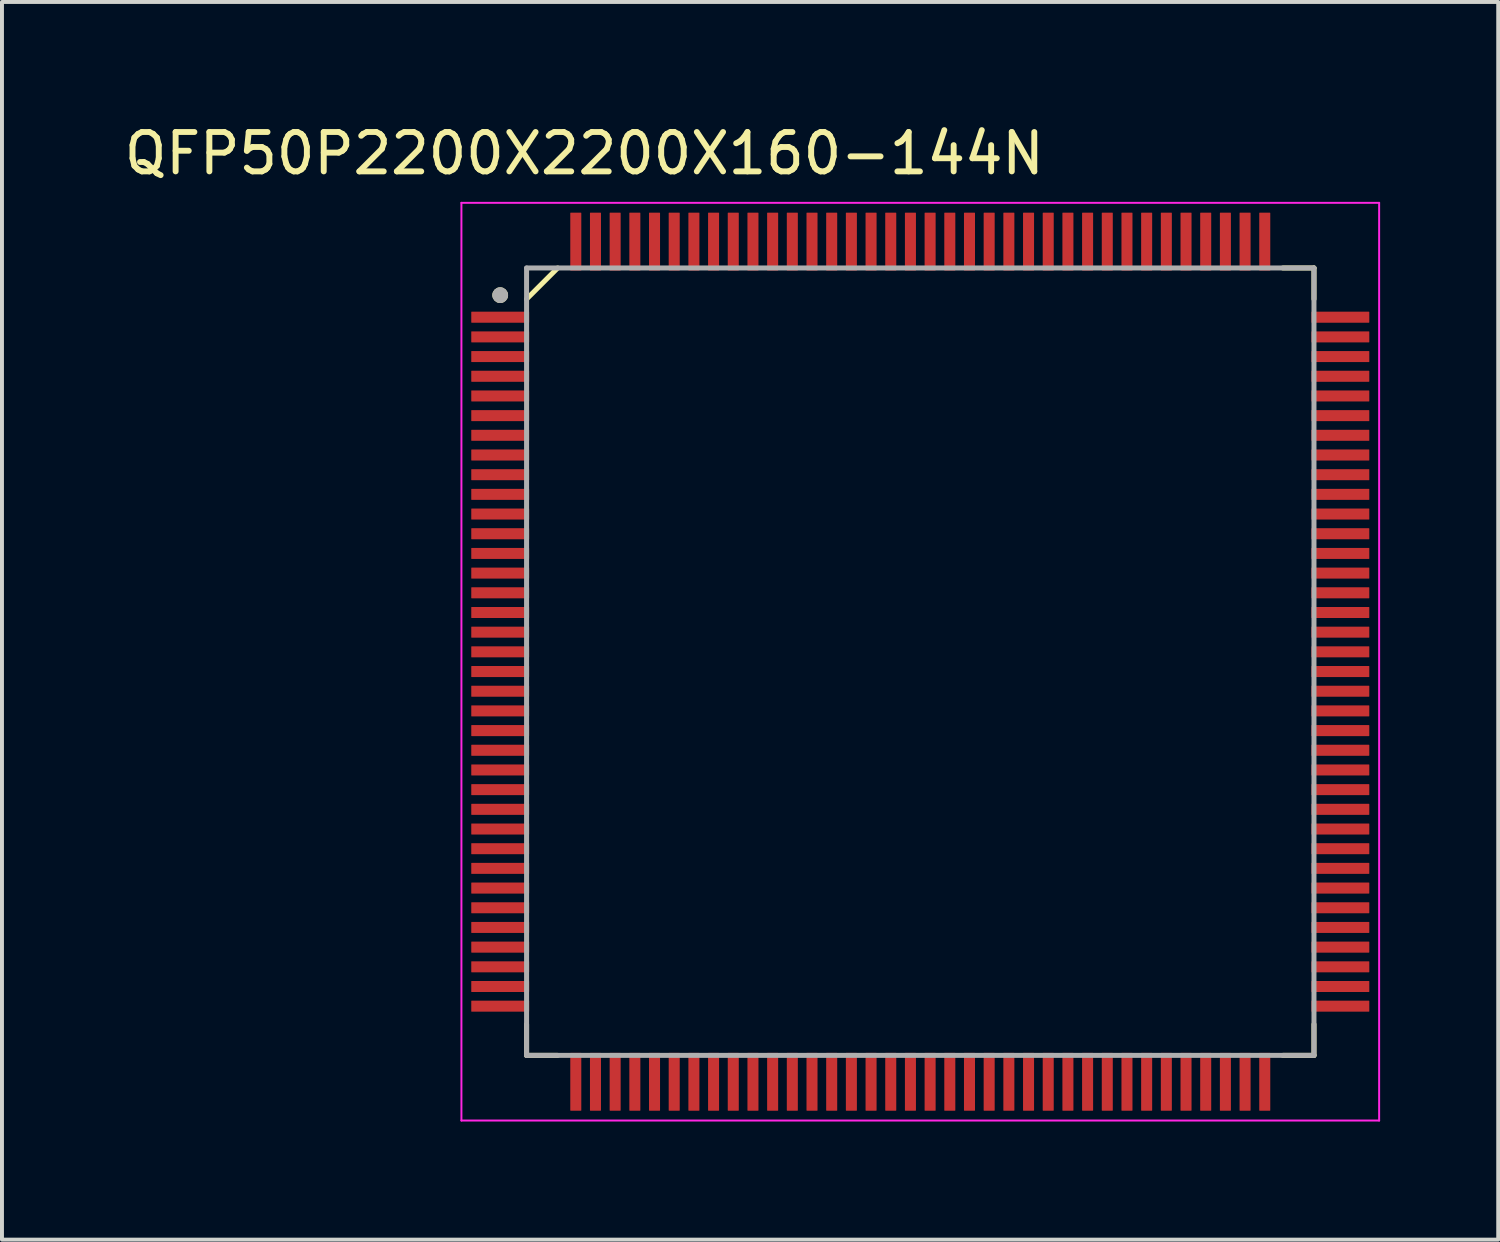
<source format=kicad_pcb>
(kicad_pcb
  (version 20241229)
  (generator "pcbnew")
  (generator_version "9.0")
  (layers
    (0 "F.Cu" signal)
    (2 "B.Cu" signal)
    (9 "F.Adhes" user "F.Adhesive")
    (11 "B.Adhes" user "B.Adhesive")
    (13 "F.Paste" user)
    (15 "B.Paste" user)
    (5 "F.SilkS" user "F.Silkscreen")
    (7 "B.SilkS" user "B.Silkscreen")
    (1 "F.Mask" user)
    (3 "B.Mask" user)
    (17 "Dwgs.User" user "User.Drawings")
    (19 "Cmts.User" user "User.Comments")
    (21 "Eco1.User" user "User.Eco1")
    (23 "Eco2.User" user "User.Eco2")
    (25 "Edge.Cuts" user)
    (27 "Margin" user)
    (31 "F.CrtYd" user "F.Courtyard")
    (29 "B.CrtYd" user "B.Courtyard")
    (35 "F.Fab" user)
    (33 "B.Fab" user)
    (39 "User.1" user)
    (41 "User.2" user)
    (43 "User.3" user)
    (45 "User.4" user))
  (footprint "QFP50P2200X2200X160-144N"
    (layer "F.Cu")
    (at 20.325 13.757)
    (property "Reference" "QFP50P2200X2200X160-144N" (at -8.533 -12.909 0) (layer "F.SilkS") (effects (font (size 1 1) (thickness 0.15))))
    (attr smd)
    (fp_line (start -10 -9.21) (end -9.21 -10) (stroke (width 0.127) (type solid)) (layer "F.SilkS"))
    (fp_line (start -10 10) (end -10 9.21) (stroke (width 0.127) (type solid)) (layer "F.SilkS"))
    (fp_line (start -10 10) (end -9.21 10) (stroke (width 0.127) (type solid)) (layer "F.SilkS"))
    (fp_line (start 10 -10) (end 9.21 -10) (stroke (width 0.127) (type solid)) (layer "F.SilkS"))
    (fp_line (start 10 -10) (end 10 -9.21) (stroke (width 0.127) (type solid)) (layer "F.SilkS"))
    (fp_line (start 10 10) (end 9.21 10) (stroke (width 0.127) (type solid)) (layer "F.SilkS"))
    (fp_line (start 10 10) (end 10 9.21) (stroke (width 0.127) (type solid)) (layer "F.SilkS"))
    (fp_circle (center -10.67 -9.31) (end -10.57 -9.31) (stroke (width 0.2) (type solid)) (fill no) (layer "F.SilkS"))
    (fp_line (start -11.655 -11.655) (end 11.655 -11.655) (stroke (width 0.05) (type solid)) (layer "F.CrtYd"))
    (fp_line (start -11.655 11.655) (end -11.655 -11.655) (stroke (width 0.05) (type solid)) (layer "F.CrtYd"))
    (fp_line (start -11.655 11.655) (end 11.655 11.655) (stroke (width 0.05) (type solid)) (layer "F.CrtYd"))
    (fp_line (start 11.655 11.655) (end 11.655 -11.655) (stroke (width 0.05) (type solid)) (layer "F.CrtYd"))
    (fp_line (start -10 10) (end -10 -10) (stroke (width 0.127) (type solid)) (layer "F.Fab"))
    (fp_line (start 10 -10) (end -10 -10) (stroke (width 0.127) (type solid)) (layer "F.Fab"))
    (fp_line (start 10 10) (end -10 10) (stroke (width 0.127) (type solid)) (layer "F.Fab"))
    (fp_line (start 10 10) (end 10 -10) (stroke (width 0.127) (type solid)) (layer "F.Fab"))
    (fp_circle (center -10.67 -9.31) (end -10.57 -9.31) (stroke (width 0.2) (type solid)) (fill no) (layer "F.Fab"))
    (pad "1" smd roundrect (at -10.67 -8.75) (size 1.47 0.28) (layers "F.Cu" "F.Mask" "F.Paste") (roundrect_rratio 0.04))
    (pad "2" smd roundrect (at -10.67 -8.25) (size 1.47 0.28) (layers "F.Cu" "F.Mask" "F.Paste") (roundrect_rratio 0.04))
    (pad "3" smd roundrect (at -10.67 -7.75) (size 1.47 0.28) (layers "F.Cu" "F.Mask" "F.Paste") (roundrect_rratio 0.04))
    (pad "4" smd roundrect (at -10.67 -7.25) (size 1.47 0.28) (layers "F.Cu" "F.Mask" "F.Paste") (roundrect_rratio 0.04))
    (pad "5" smd roundrect (at -10.67 -6.75) (size 1.47 0.28) (layers "F.Cu" "F.Mask" "F.Paste") (roundrect_rratio 0.04))
    (pad "6" smd roundrect (at -10.67 -6.25) (size 1.47 0.28) (layers "F.Cu" "F.Mask" "F.Paste") (roundrect_rratio 0.04))
    (pad "7" smd roundrect (at -10.67 -5.75) (size 1.47 0.28) (layers "F.Cu" "F.Mask" "F.Paste") (roundrect_rratio 0.04))
    (pad "8" smd roundrect (at -10.67 -5.25) (size 1.47 0.28) (layers "F.Cu" "F.Mask" "F.Paste") (roundrect_rratio 0.04))
    (pad "9" smd roundrect (at -10.67 -4.75) (size 1.47 0.28) (layers "F.Cu" "F.Mask" "F.Paste") (roundrect_rratio 0.04))
    (pad "10" smd roundrect (at -10.67 -4.25) (size 1.47 0.28) (layers "F.Cu" "F.Mask" "F.Paste") (roundrect_rratio 0.04))
    (pad "11" smd roundrect (at -10.67 -3.75) (size 1.47 0.28) (layers "F.Cu" "F.Mask" "F.Paste") (roundrect_rratio 0.04))
    (pad "12" smd roundrect (at -10.67 -3.25) (size 1.47 0.28) (layers "F.Cu" "F.Mask" "F.Paste") (roundrect_rratio 0.04))
    (pad "13" smd roundrect (at -10.67 -2.75) (size 1.47 0.28) (layers "F.Cu" "F.Mask" "F.Paste") (roundrect_rratio 0.04))
    (pad "14" smd roundrect (at -10.67 -2.25) (size 1.47 0.28) (layers "F.Cu" "F.Mask" "F.Paste") (roundrect_rratio 0.04))
    (pad "15" smd roundrect (at -10.67 -1.75) (size 1.47 0.28) (layers "F.Cu" "F.Mask" "F.Paste") (roundrect_rratio 0.04))
    (pad "16" smd roundrect (at -10.67 -1.25) (size 1.47 0.28) (layers "F.Cu" "F.Mask" "F.Paste") (roundrect_rratio 0.04))
    (pad "17" smd roundrect (at -10.67 -0.75) (size 1.47 0.28) (layers "F.Cu" "F.Mask" "F.Paste") (roundrect_rratio 0.04))
    (pad "18" smd roundrect (at -10.67 -0.25) (size 1.47 0.28) (layers "F.Cu" "F.Mask" "F.Paste") (roundrect_rratio 0.04))
    (pad "19" smd roundrect (at -10.67 0.25) (size 1.47 0.28) (layers "F.Cu" "F.Mask" "F.Paste") (roundrect_rratio 0.04))
    (pad "20" smd roundrect (at -10.67 0.75) (size 1.47 0.28) (layers "F.Cu" "F.Mask" "F.Paste") (roundrect_rratio 0.04))
    (pad "21" smd roundrect (at -10.67 1.25) (size 1.47 0.28) (layers "F.Cu" "F.Mask" "F.Paste") (roundrect_rratio 0.04))
    (pad "22" smd roundrect (at -10.67 1.75) (size 1.47 0.28) (layers "F.Cu" "F.Mask" "F.Paste") (roundrect_rratio 0.04))
    (pad "23" smd roundrect (at -10.67 2.25) (size 1.47 0.28) (layers "F.Cu" "F.Mask" "F.Paste") (roundrect_rratio 0.04))
    (pad "24" smd roundrect (at -10.67 2.75) (size 1.47 0.28) (layers "F.Cu" "F.Mask" "F.Paste") (roundrect_rratio 0.04))
    (pad "25" smd roundrect (at -10.67 3.25) (size 1.47 0.28) (layers "F.Cu" "F.Mask" "F.Paste") (roundrect_rratio 0.04))
    (pad "26" smd roundrect (at -10.67 3.75) (size 1.47 0.28) (layers "F.Cu" "F.Mask" "F.Paste") (roundrect_rratio 0.04))
    (pad "27" smd roundrect (at -10.67 4.25) (size 1.47 0.28) (layers "F.Cu" "F.Mask" "F.Paste") (roundrect_rratio 0.04))
    (pad "28" smd roundrect (at -10.67 4.75) (size 1.47 0.28) (layers "F.Cu" "F.Mask" "F.Paste") (roundrect_rratio 0.04))
    (pad "29" smd roundrect (at -10.67 5.25) (size 1.47 0.28) (layers "F.Cu" "F.Mask" "F.Paste") (roundrect_rratio 0.04))
    (pad "30" smd roundrect (at -10.67 5.75) (size 1.47 0.28) (layers "F.Cu" "F.Mask" "F.Paste") (roundrect_rratio 0.04))
    (pad "31" smd roundrect (at -10.67 6.25) (size 1.47 0.28) (layers "F.Cu" "F.Mask" "F.Paste") (roundrect_rratio 0.04))
    (pad "32" smd roundrect (at -10.67 6.75) (size 1.47 0.28) (layers "F.Cu" "F.Mask" "F.Paste") (roundrect_rratio 0.04))
    (pad "33" smd roundrect (at -10.67 7.25) (size 1.47 0.28) (layers "F.Cu" "F.Mask" "F.Paste") (roundrect_rratio 0.04))
    (pad "34" smd roundrect (at -10.67 7.75) (size 1.47 0.28) (layers "F.Cu" "F.Mask" "F.Paste") (roundrect_rratio 0.04))
    (pad "35" smd roundrect (at -10.67 8.25) (size 1.47 0.28) (layers "F.Cu" "F.Mask" "F.Paste") (roundrect_rratio 0.04))
    (pad "36" smd roundrect (at -10.67 8.75) (size 1.47 0.28) (layers "F.Cu" "F.Mask" "F.Paste") (roundrect_rratio 0.04))
    (pad "37" smd roundrect (at -8.75 10.67 90) (size 1.47 0.28) (layers "F.Cu" "F.Mask" "F.Paste") (roundrect_rratio 0.04))
    (pad "38" smd roundrect (at -8.25 10.67 90) (size 1.47 0.28) (layers "F.Cu" "F.Mask" "F.Paste") (roundrect_rratio 0.04))
    (pad "39" smd roundrect (at -7.75 10.67 90) (size 1.47 0.28) (layers "F.Cu" "F.Mask" "F.Paste") (roundrect_rratio 0.04))
    (pad "40" smd roundrect (at -7.25 10.67 90) (size 1.47 0.28) (layers "F.Cu" "F.Mask" "F.Paste") (roundrect_rratio 0.04))
    (pad "41" smd roundrect (at -6.75 10.67 90) (size 1.47 0.28) (layers "F.Cu" "F.Mask" "F.Paste") (roundrect_rratio 0.04))
    (pad "42" smd roundrect (at -6.25 10.67 90) (size 1.47 0.28) (layers "F.Cu" "F.Mask" "F.Paste") (roundrect_rratio 0.04))
    (pad "43" smd roundrect (at -5.75 10.67 90) (size 1.47 0.28) (layers "F.Cu" "F.Mask" "F.Paste") (roundrect_rratio 0.04))
    (pad "44" smd roundrect (at -5.25 10.67 90) (size 1.47 0.28) (layers "F.Cu" "F.Mask" "F.Paste") (roundrect_rratio 0.04))
    (pad "45" smd roundrect (at -4.75 10.67 90) (size 1.47 0.28) (layers "F.Cu" "F.Mask" "F.Paste") (roundrect_rratio 0.04))
    (pad "46" smd roundrect (at -4.25 10.67 90) (size 1.47 0.28) (layers "F.Cu" "F.Mask" "F.Paste") (roundrect_rratio 0.04))
    (pad "47" smd roundrect (at -3.75 10.67 90) (size 1.47 0.28) (layers "F.Cu" "F.Mask" "F.Paste") (roundrect_rratio 0.04))
    (pad "48" smd roundrect (at -3.25 10.67 90) (size 1.47 0.28) (layers "F.Cu" "F.Mask" "F.Paste") (roundrect_rratio 0.04))
    (pad "49" smd roundrect (at -2.75 10.67 90) (size 1.47 0.28) (layers "F.Cu" "F.Mask" "F.Paste") (roundrect_rratio 0.04))
    (pad "50" smd roundrect (at -2.25 10.67 90) (size 1.47 0.28) (layers "F.Cu" "F.Mask" "F.Paste") (roundrect_rratio 0.04))
    (pad "51" smd roundrect (at -1.75 10.67 90) (size 1.47 0.28) (layers "F.Cu" "F.Mask" "F.Paste") (roundrect_rratio 0.04))
    (pad "52" smd roundrect (at -1.25 10.67 90) (size 1.47 0.28) (layers "F.Cu" "F.Mask" "F.Paste") (roundrect_rratio 0.04))
    (pad "53" smd roundrect (at -0.75 10.67 90) (size 1.47 0.28) (layers "F.Cu" "F.Mask" "F.Paste") (roundrect_rratio 0.04))
    (pad "54" smd roundrect (at -0.25 10.67 90) (size 1.47 0.28) (layers "F.Cu" "F.Mask" "F.Paste") (roundrect_rratio 0.04))
    (pad "55" smd roundrect (at 0.25 10.67 90) (size 1.47 0.28) (layers "F.Cu" "F.Mask" "F.Paste") (roundrect_rratio 0.04))
    (pad "56" smd roundrect (at 0.75 10.67 90) (size 1.47 0.28) (layers "F.Cu" "F.Mask" "F.Paste") (roundrect_rratio 0.04))
    (pad "57" smd roundrect (at 1.25 10.67 90) (size 1.47 0.28) (layers "F.Cu" "F.Mask" "F.Paste") (roundrect_rratio 0.04))
    (pad "58" smd roundrect (at 1.75 10.67 90) (size 1.47 0.28) (layers "F.Cu" "F.Mask" "F.Paste") (roundrect_rratio 0.04))
    (pad "59" smd roundrect (at 2.25 10.67 90) (size 1.47 0.28) (layers "F.Cu" "F.Mask" "F.Paste") (roundrect_rratio 0.04))
    (pad "60" smd roundrect (at 2.75 10.67 90) (size 1.47 0.28) (layers "F.Cu" "F.Mask" "F.Paste") (roundrect_rratio 0.04))
    (pad "61" smd roundrect (at 3.25 10.67 90) (size 1.47 0.28) (layers "F.Cu" "F.Mask" "F.Paste") (roundrect_rratio 0.04))
    (pad "62" smd roundrect (at 3.75 10.67 90) (size 1.47 0.28) (layers "F.Cu" "F.Mask" "F.Paste") (roundrect_rratio 0.04))
    (pad "63" smd roundrect (at 4.25 10.67 90) (size 1.47 0.28) (layers "F.Cu" "F.Mask" "F.Paste") (roundrect_rratio 0.04))
    (pad "64" smd roundrect (at 4.75 10.67 90) (size 1.47 0.28) (layers "F.Cu" "F.Mask" "F.Paste") (roundrect_rratio 0.04))
    (pad "65" smd roundrect (at 5.25 10.67 90) (size 1.47 0.28) (layers "F.Cu" "F.Mask" "F.Paste") (roundrect_rratio 0.04))
    (pad "66" smd roundrect (at 5.75 10.67 90) (size 1.47 0.28) (layers "F.Cu" "F.Mask" "F.Paste") (roundrect_rratio 0.04))
    (pad "67" smd roundrect (at 6.25 10.67 90) (size 1.47 0.28) (layers "F.Cu" "F.Mask" "F.Paste") (roundrect_rratio 0.04))
    (pad "68" smd roundrect (at 6.75 10.67 90) (size 1.47 0.28) (layers "F.Cu" "F.Mask" "F.Paste") (roundrect_rratio 0.04))
    (pad "69" smd roundrect (at 7.25 10.67 90) (size 1.47 0.28) (layers "F.Cu" "F.Mask" "F.Paste") (roundrect_rratio 0.04))
    (pad "70" smd roundrect (at 7.75 10.67 90) (size 1.47 0.28) (layers "F.Cu" "F.Mask" "F.Paste") (roundrect_rratio 0.04))
    (pad "71" smd roundrect (at 8.25 10.67 90) (size 1.47 0.28) (layers "F.Cu" "F.Mask" "F.Paste") (roundrect_rratio 0.04))
    (pad "72" smd roundrect (at 8.75 10.67 90) (size 1.47 0.28) (layers "F.Cu" "F.Mask" "F.Paste") (roundrect_rratio 0.04))
    (pad "73" smd roundrect (at 10.67 8.75) (size 1.47 0.28) (layers "F.Cu" "F.Mask" "F.Paste") (roundrect_rratio 0.04))
    (pad "74" smd roundrect (at 10.67 8.25) (size 1.47 0.28) (layers "F.Cu" "F.Mask" "F.Paste") (roundrect_rratio 0.04))
    (pad "75" smd roundrect (at 10.67 7.75) (size 1.47 0.28) (layers "F.Cu" "F.Mask" "F.Paste") (roundrect_rratio 0.04))
    (pad "76" smd roundrect (at 10.67 7.25) (size 1.47 0.28) (layers "F.Cu" "F.Mask" "F.Paste") (roundrect_rratio 0.04))
    (pad "77" smd roundrect (at 10.67 6.75) (size 1.47 0.28) (layers "F.Cu" "F.Mask" "F.Paste") (roundrect_rratio 0.04))
    (pad "78" smd roundrect (at 10.67 6.25) (size 1.47 0.28) (layers "F.Cu" "F.Mask" "F.Paste") (roundrect_rratio 0.04))
    (pad "79" smd roundrect (at 10.67 5.75) (size 1.47 0.28) (layers "F.Cu" "F.Mask" "F.Paste") (roundrect_rratio 0.04))
    (pad "80" smd roundrect (at 10.67 5.25) (size 1.47 0.28) (layers "F.Cu" "F.Mask" "F.Paste") (roundrect_rratio 0.04))
    (pad "81" smd roundrect (at 10.67 4.75) (size 1.47 0.28) (layers "F.Cu" "F.Mask" "F.Paste") (roundrect_rratio 0.04))
    (pad "82" smd roundrect (at 10.67 4.25) (size 1.47 0.28) (layers "F.Cu" "F.Mask" "F.Paste") (roundrect_rratio 0.04))
    (pad "83" smd roundrect (at 10.67 3.75) (size 1.47 0.28) (layers "F.Cu" "F.Mask" "F.Paste") (roundrect_rratio 0.04))
    (pad "84" smd roundrect (at 10.67 3.25) (size 1.47 0.28) (layers "F.Cu" "F.Mask" "F.Paste") (roundrect_rratio 0.04))
    (pad "85" smd roundrect (at 10.67 2.75) (size 1.47 0.28) (layers "F.Cu" "F.Mask" "F.Paste") (roundrect_rratio 0.04))
    (pad "86" smd roundrect (at 10.67 2.25) (size 1.47 0.28) (layers "F.Cu" "F.Mask" "F.Paste") (roundrect_rratio 0.04))
    (pad "87" smd roundrect (at 10.67 1.75) (size 1.47 0.28) (layers "F.Cu" "F.Mask" "F.Paste") (roundrect_rratio 0.04))
    (pad "88" smd roundrect (at 10.67 1.25) (size 1.47 0.28) (layers "F.Cu" "F.Mask" "F.Paste") (roundrect_rratio 0.04))
    (pad "89" smd roundrect (at 10.67 0.75) (size 1.47 0.28) (layers "F.Cu" "F.Mask" "F.Paste") (roundrect_rratio 0.04))
    (pad "90" smd roundrect (at 10.67 0.25) (size 1.47 0.28) (layers "F.Cu" "F.Mask" "F.Paste") (roundrect_rratio 0.04))
    (pad "91" smd roundrect (at 10.67 -0.25) (size 1.47 0.28) (layers "F.Cu" "F.Mask" "F.Paste") (roundrect_rratio 0.04))
    (pad "92" smd roundrect (at 10.67 -0.75) (size 1.47 0.28) (layers "F.Cu" "F.Mask" "F.Paste") (roundrect_rratio 0.04))
    (pad "93" smd roundrect (at 10.67 -1.25) (size 1.47 0.28) (layers "F.Cu" "F.Mask" "F.Paste") (roundrect_rratio 0.04))
    (pad "94" smd roundrect (at 10.67 -1.75) (size 1.47 0.28) (layers "F.Cu" "F.Mask" "F.Paste") (roundrect_rratio 0.04))
    (pad "95" smd roundrect (at 10.67 -2.25) (size 1.47 0.28) (layers "F.Cu" "F.Mask" "F.Paste") (roundrect_rratio 0.04))
    (pad "96" smd roundrect (at 10.67 -2.75) (size 1.47 0.28) (layers "F.Cu" "F.Mask" "F.Paste") (roundrect_rratio 0.04))
    (pad "97" smd roundrect (at 10.67 -3.25) (size 1.47 0.28) (layers "F.Cu" "F.Mask" "F.Paste") (roundrect_rratio 0.04))
    (pad "98" smd roundrect (at 10.67 -3.75) (size 1.47 0.28) (layers "F.Cu" "F.Mask" "F.Paste") (roundrect_rratio 0.04))
    (pad "99" smd roundrect (at 10.67 -4.25) (size 1.47 0.28) (layers "F.Cu" "F.Mask" "F.Paste") (roundrect_rratio 0.04))
    (pad "100" smd roundrect (at 10.67 -4.75) (size 1.47 0.28) (layers "F.Cu" "F.Mask" "F.Paste") (roundrect_rratio 0.04))
    (pad "101" smd roundrect (at 10.67 -5.25) (size 1.47 0.28) (layers "F.Cu" "F.Mask" "F.Paste") (roundrect_rratio 0.04))
    (pad "102" smd roundrect (at 10.67 -5.75) (size 1.47 0.28) (layers "F.Cu" "F.Mask" "F.Paste") (roundrect_rratio 0.04))
    (pad "103" smd roundrect (at 10.67 -6.25) (size 1.47 0.28) (layers "F.Cu" "F.Mask" "F.Paste") (roundrect_rratio 0.04))
    (pad "104" smd roundrect (at 10.67 -6.75) (size 1.47 0.28) (layers "F.Cu" "F.Mask" "F.Paste") (roundrect_rratio 0.04))
    (pad "105" smd roundrect (at 10.67 -7.25) (size 1.47 0.28) (layers "F.Cu" "F.Mask" "F.Paste") (roundrect_rratio 0.04))
    (pad "106" smd roundrect (at 10.67 -7.75) (size 1.47 0.28) (layers "F.Cu" "F.Mask" "F.Paste") (roundrect_rratio 0.04))
    (pad "107" smd roundrect (at 10.67 -8.25) (size 1.47 0.28) (layers "F.Cu" "F.Mask" "F.Paste") (roundrect_rratio 0.04))
    (pad "108" smd roundrect (at 10.67 -8.75) (size 1.47 0.28) (layers "F.Cu" "F.Mask" "F.Paste") (roundrect_rratio 0.04))
    (pad "109" smd roundrect (at 8.75 -10.67 90) (size 1.47 0.28) (layers "F.Cu" "F.Mask" "F.Paste") (roundrect_rratio 0.04))
    (pad "110" smd roundrect (at 8.25 -10.67 90) (size 1.47 0.28) (layers "F.Cu" "F.Mask" "F.Paste") (roundrect_rratio 0.04))
    (pad "111" smd roundrect (at 7.75 -10.67 90) (size 1.47 0.28) (layers "F.Cu" "F.Mask" "F.Paste") (roundrect_rratio 0.04))
    (pad "112" smd roundrect (at 7.25 -10.67 90) (size 1.47 0.28) (layers "F.Cu" "F.Mask" "F.Paste") (roundrect_rratio 0.04))
    (pad "113" smd roundrect (at 6.75 -10.67 90) (size 1.47 0.28) (layers "F.Cu" "F.Mask" "F.Paste") (roundrect_rratio 0.04))
    (pad "114" smd roundrect (at 6.25 -10.67 90) (size 1.47 0.28) (layers "F.Cu" "F.Mask" "F.Paste") (roundrect_rratio 0.04))
    (pad "115" smd roundrect (at 5.75 -10.67 90) (size 1.47 0.28) (layers "F.Cu" "F.Mask" "F.Paste") (roundrect_rratio 0.04))
    (pad "116" smd roundrect (at 5.25 -10.67 90) (size 1.47 0.28) (layers "F.Cu" "F.Mask" "F.Paste") (roundrect_rratio 0.04))
    (pad "117" smd roundrect (at 4.75 -10.67 90) (size 1.47 0.28) (layers "F.Cu" "F.Mask" "F.Paste") (roundrect_rratio 0.04))
    (pad "118" smd roundrect (at 4.25 -10.67 90) (size 1.47 0.28) (layers "F.Cu" "F.Mask" "F.Paste") (roundrect_rratio 0.04))
    (pad "119" smd roundrect (at 3.75 -10.67 90) (size 1.47 0.28) (layers "F.Cu" "F.Mask" "F.Paste") (roundrect_rratio 0.04))
    (pad "120" smd roundrect (at 3.25 -10.67 90) (size 1.47 0.28) (layers "F.Cu" "F.Mask" "F.Paste") (roundrect_rratio 0.04))
    (pad "121" smd roundrect (at 2.75 -10.67 90) (size 1.47 0.28) (layers "F.Cu" "F.Mask" "F.Paste") (roundrect_rratio 0.04))
    (pad "122" smd roundrect (at 2.25 -10.67 90) (size 1.47 0.28) (layers "F.Cu" "F.Mask" "F.Paste") (roundrect_rratio 0.04))
    (pad "123" smd roundrect (at 1.75 -10.67 90) (size 1.47 0.28) (layers "F.Cu" "F.Mask" "F.Paste") (roundrect_rratio 0.04))
    (pad "124" smd roundrect (at 1.25 -10.67 90) (size 1.47 0.28) (layers "F.Cu" "F.Mask" "F.Paste") (roundrect_rratio 0.04))
    (pad "125" smd roundrect (at 0.75 -10.67 90) (size 1.47 0.28) (layers "F.Cu" "F.Mask" "F.Paste") (roundrect_rratio 0.04))
    (pad "126" smd roundrect (at 0.25 -10.67 90) (size 1.47 0.28) (layers "F.Cu" "F.Mask" "F.Paste") (roundrect_rratio 0.04))
    (pad "127" smd roundrect (at -0.25 -10.67 90) (size 1.47 0.28) (layers "F.Cu" "F.Mask" "F.Paste") (roundrect_rratio 0.04))
    (pad "128" smd roundrect (at -0.75 -10.67 90) (size 1.47 0.28) (layers "F.Cu" "F.Mask" "F.Paste") (roundrect_rratio 0.04))
    (pad "129" smd roundrect (at -1.25 -10.67 90) (size 1.47 0.28) (layers "F.Cu" "F.Mask" "F.Paste") (roundrect_rratio 0.04))
    (pad "130" smd roundrect (at -1.75 -10.67 90) (size 1.47 0.28) (layers "F.Cu" "F.Mask" "F.Paste") (roundrect_rratio 0.04))
    (pad "131" smd roundrect (at -2.25 -10.67 90) (size 1.47 0.28) (layers "F.Cu" "F.Mask" "F.Paste") (roundrect_rratio 0.04))
    (pad "132" smd roundrect (at -2.75 -10.67 90) (size 1.47 0.28) (layers "F.Cu" "F.Mask" "F.Paste") (roundrect_rratio 0.04))
    (pad "133" smd roundrect (at -3.25 -10.67 90) (size 1.47 0.28) (layers "F.Cu" "F.Mask" "F.Paste") (roundrect_rratio 0.04))
    (pad "134" smd roundrect (at -3.75 -10.67 90) (size 1.47 0.28) (layers "F.Cu" "F.Mask" "F.Paste") (roundrect_rratio 0.04))
    (pad "135" smd roundrect (at -4.25 -10.67 90) (size 1.47 0.28) (layers "F.Cu" "F.Mask" "F.Paste") (roundrect_rratio 0.04))
    (pad "136" smd roundrect (at -4.75 -10.67 90) (size 1.47 0.28) (layers "F.Cu" "F.Mask" "F.Paste") (roundrect_rratio 0.04))
    (pad "137" smd roundrect (at -5.25 -10.67 90) (size 1.47 0.28) (layers "F.Cu" "F.Mask" "F.Paste") (roundrect_rratio 0.04))
    (pad "138" smd roundrect (at -5.75 -10.67 90) (size 1.47 0.28) (layers "F.Cu" "F.Mask" "F.Paste") (roundrect_rratio 0.04))
    (pad "139" smd roundrect (at -6.25 -10.67 90) (size 1.47 0.28) (layers "F.Cu" "F.Mask" "F.Paste") (roundrect_rratio 0.04))
    (pad "140" smd roundrect (at -6.75 -10.67 90) (size 1.47 0.28) (layers "F.Cu" "F.Mask" "F.Paste") (roundrect_rratio 0.04))
    (pad "141" smd roundrect (at -7.25 -10.67 90) (size 1.47 0.28) (layers "F.Cu" "F.Mask" "F.Paste") (roundrect_rratio 0.04))
    (pad "142" smd roundrect (at -7.75 -10.67 90) (size 1.47 0.28) (layers "F.Cu" "F.Mask" "F.Paste") (roundrect_rratio 0.04))
    (pad "143" smd roundrect (at -8.25 -10.67 90) (size 1.47 0.28) (layers "F.Cu" "F.Mask" "F.Paste") (roundrect_rratio 0.04))
    (pad "144" smd roundrect (at -8.75 -10.67 90) (size 1.47 0.28) (layers "F.Cu" "F.Mask" "F.Paste") (roundrect_rratio 0.04)))
  (gr_rect
    (start -3 -3)
    (end 35.005 28.437)
    (stroke (width 0.1) (type default))
    (fill no)
    (layer "Edge.Cuts")))
</source>
